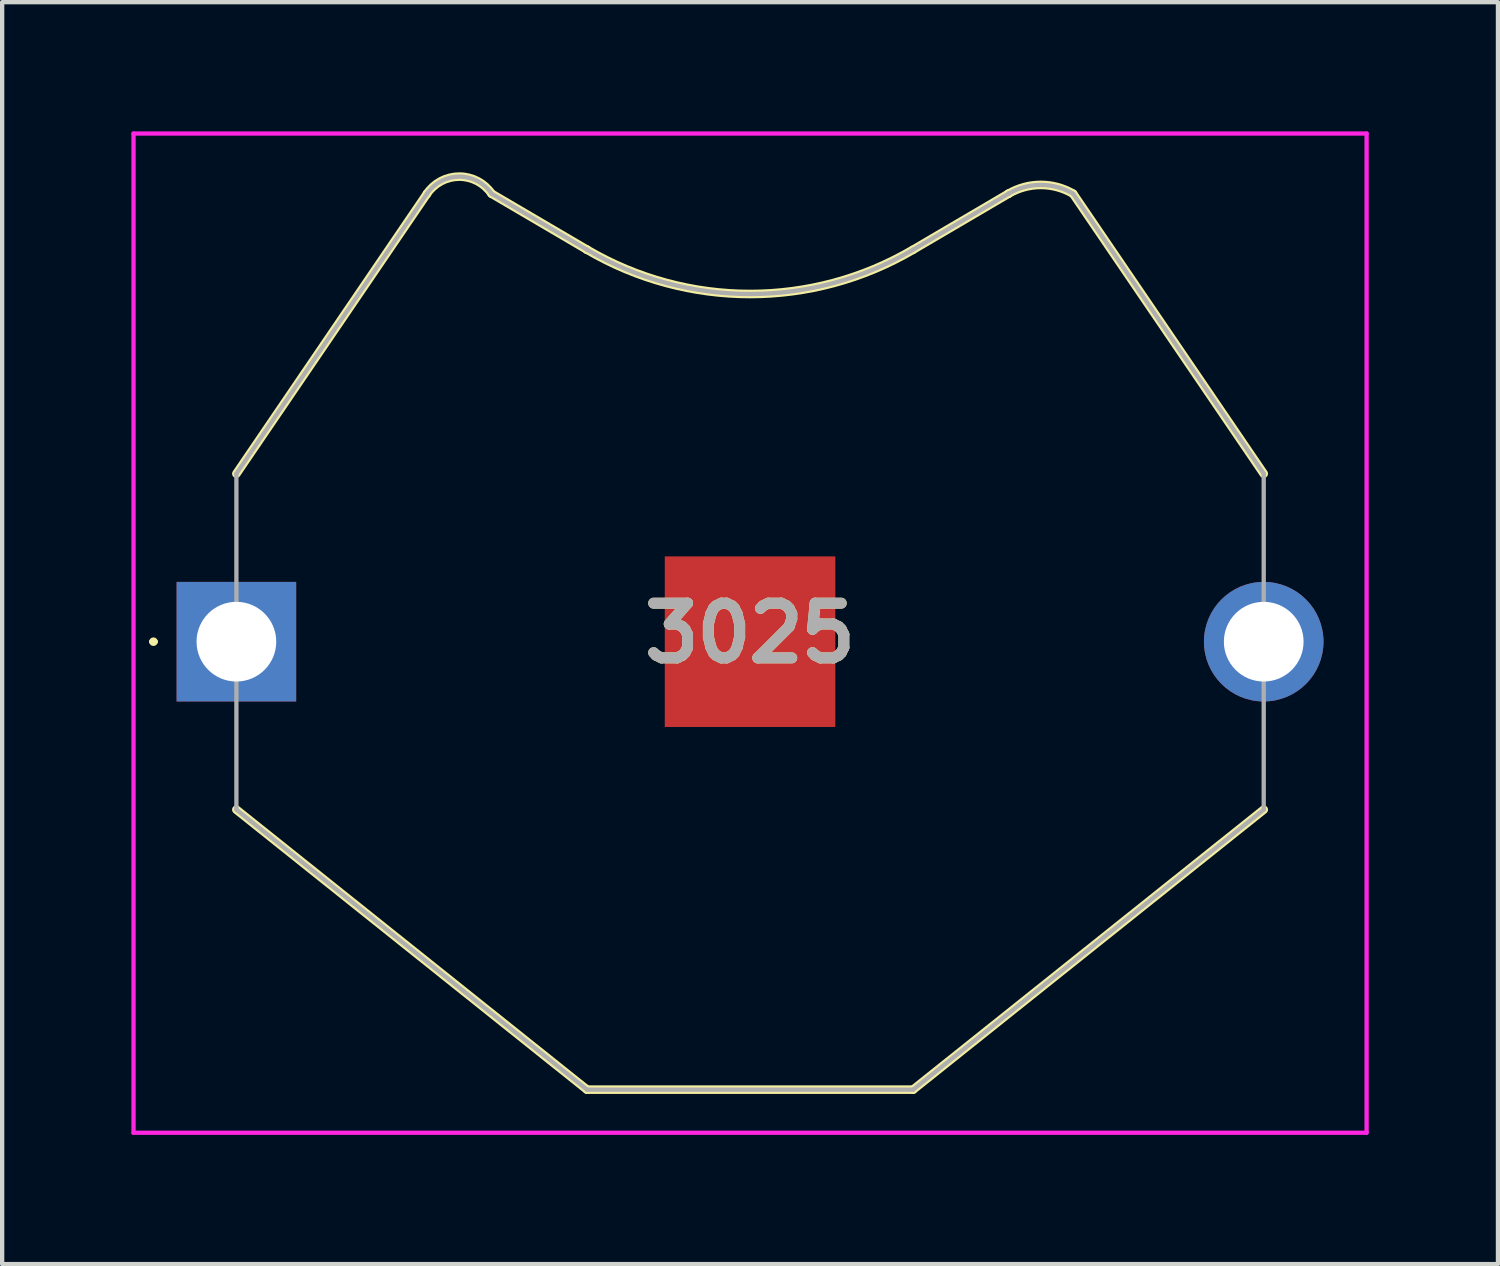
<source format=kicad_pcb>
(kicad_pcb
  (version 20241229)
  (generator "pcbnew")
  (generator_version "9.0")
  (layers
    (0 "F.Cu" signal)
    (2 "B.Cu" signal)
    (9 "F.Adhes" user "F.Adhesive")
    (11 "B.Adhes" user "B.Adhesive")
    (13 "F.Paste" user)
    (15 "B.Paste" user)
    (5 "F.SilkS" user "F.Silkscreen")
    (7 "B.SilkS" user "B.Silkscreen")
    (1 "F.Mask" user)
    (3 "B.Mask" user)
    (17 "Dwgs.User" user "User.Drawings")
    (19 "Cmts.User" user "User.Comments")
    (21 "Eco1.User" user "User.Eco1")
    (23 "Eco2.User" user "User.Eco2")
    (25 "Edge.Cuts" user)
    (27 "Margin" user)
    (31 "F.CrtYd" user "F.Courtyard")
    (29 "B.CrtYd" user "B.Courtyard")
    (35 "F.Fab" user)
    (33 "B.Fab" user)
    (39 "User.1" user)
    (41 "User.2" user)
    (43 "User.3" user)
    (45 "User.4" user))
  (footprint "3025"
    (layer "F.Cu")
    (at 14.363 11.847)
    (property "Reference" "3025" (at 0 -0.198 0) (layer "F.SilkS") (effects (font (size 1.27 1.27) (thickness 0.254))))
    (attr through_hole)
    (fp_line (start -13.9 0) (end -13.9 0) (stroke (width 0.1) (type solid)) (layer "F.SilkS"))
    (fp_line (start -13.8 0) (end -13.8 0) (stroke (width 0.1) (type solid)) (layer "F.SilkS"))
    (fp_line (start -11.925 -3.9) (end -7.5 -10.4) (stroke (width 0.2) (type solid)) (layer "F.SilkS"))
    (fp_line (start -11.925 3.9) (end -3.785 10.4) (stroke (width 0.2) (type solid)) (layer "F.SilkS"))
    (fp_line (start -7.5 -10.4) (end -7.5 -10.4) (stroke (width 0.2) (type solid)) (layer "F.SilkS"))
    (fp_line (start -6 -10.4) (end -3.785 -9.1) (stroke (width 0.2) (type solid)) (layer "F.SilkS"))
    (fp_line (start -3.785 -9.1) (end -3.785 -9.1) (stroke (width 0.2) (type solid)) (layer "F.SilkS"))
    (fp_line (start -3.785 10.4) (end 3.785 10.4) (stroke (width 0.2) (type solid)) (layer "F.SilkS"))
    (fp_line (start 3.785 -9.1) (end 6 -10.4) (stroke (width 0.2) (type solid)) (layer "F.SilkS"))
    (fp_line (start 3.785 10.4) (end 11.925 3.9) (stroke (width 0.2) (type solid)) (layer "F.SilkS"))
    (fp_line (start 6 -10.4) (end 6 -10.4) (stroke (width 0.2) (type solid)) (layer "F.SilkS"))
    (fp_line (start 7.5 -10.4) (end 11.925 -3.9) (stroke (width 0.2) (type solid)) (layer "F.SilkS"))
    (fp_arc (start -13.9 0) (mid -13.85 -0.05) (end -13.8 0) (stroke (width 0.1) (type solid)) (layer "F.SilkS"))
    (fp_arc (start -13.8 0) (mid -13.85 0.05) (end -13.9 0) (stroke (width 0.1) (type solid)) (layer "F.SilkS"))
    (fp_arc (start -7.5 -10.4) (mid -6.75013 -10.796754) (end -6.000146 -10.400214) (stroke (width 0.2) (type solid)) (layer "F.SilkS"))
    (fp_arc (start 3.782926 -9.098783) (mid -0.001202 -8.071311) (end -3.785 -9.1) (stroke (width 0.2) (type solid)) (layer "F.SilkS"))
    (fp_arc (start 6 -10.4) (mid 6.749826 -10.603818) (end 7.4997 -10.400176) (stroke (width 0.2) (type solid)) (layer "F.SilkS"))
    (fp_line (start -14.313 -11.797) (end 14.313 -11.797) (stroke (width 0.1) (type solid)) (layer "F.CrtYd"))
    (fp_line (start -14.313 11.4) (end -14.313 -11.797) (stroke (width 0.1) (type solid)) (layer "F.CrtYd"))
    (fp_line (start 14.313 -11.797) (end 14.313 11.4) (stroke (width 0.1) (type solid)) (layer "F.CrtYd"))
    (fp_line (start 14.313 11.4) (end -14.313 11.4) (stroke (width 0.1) (type solid)) (layer "F.CrtYd"))
    (fp_line (start -11.925 -3.9) (end -7.5 -10.4) (stroke (width 0.1) (type solid)) (layer "F.Fab"))
    (fp_line (start -11.925 3.9) (end -11.925 -3.9) (stroke (width 0.1) (type solid)) (layer "F.Fab"))
    (fp_line (start -7.5 -10.4) (end -7.5 -10.4) (stroke (width 0.1) (type solid)) (layer "F.Fab"))
    (fp_line (start -6 -10.4) (end -3.785 -9.1) (stroke (width 0.1) (type solid)) (layer "F.Fab"))
    (fp_line (start -3.785 -9.1) (end -3.785 -9.1) (stroke (width 0.1) (type solid)) (layer "F.Fab"))
    (fp_line (start -3.785 10.4) (end -11.925 3.9) (stroke (width 0.1) (type solid)) (layer "F.Fab"))
    (fp_line (start 3.785 -9.1) (end 6 -10.4) (stroke (width 0.1) (type solid)) (layer "F.Fab"))
    (fp_line (start 3.785 10.4) (end -3.785 10.4) (stroke (width 0.1) (type solid)) (layer "F.Fab"))
    (fp_line (start 6 -10.4) (end 6 -10.4) (stroke (width 0.1) (type solid)) (layer "F.Fab"))
    (fp_line (start 7.5 -10.4) (end 11.925 -3.9) (stroke (width 0.1) (type solid)) (layer "F.Fab"))
    (fp_line (start 11.925 -3.9) (end 11.925 3.9) (stroke (width 0.1) (type solid)) (layer "F.Fab"))
    (fp_line (start 11.925 3.9) (end 3.785 10.4) (stroke (width 0.1) (type solid)) (layer "F.Fab"))
    (fp_arc (start -7.5 -10.4) (mid -6.75013 -10.796754) (end -6.000146 -10.400214) (stroke (width 0.1) (type solid)) (layer "F.Fab"))
    (fp_arc (start 3.782926 -9.098783) (mid -0.001202 -8.071311) (end -3.785 -9.1) (stroke (width 0.1) (type solid)) (layer "F.Fab"))
    (fp_arc (start 6 -10.4) (mid 6.749826 -10.603818) (end 7.4997 -10.400176) (stroke (width 0.1) (type solid)) (layer "F.Fab"))
    (fp_text user "${REFERENCE}" (at 0 -0.198 0) (layer "F.Fab") (effects (font (size 1.27 1.27) (thickness 0.254))))
    (pad "1" thru_hole rect (at -11.925 0) (size 2.775 2.775) (drill 1.85) (layers "*.Cu" "*.Mask"))
    (pad "2" thru_hole circle (at 11.925 0) (size 2.775 2.775) (drill 1.85) (layers "*.Cu" "*.Mask"))
    (pad "3" smd rect (at 0 0 90) (size 3.96 3.96) (layers "F.Cu" "F.Mask" "F.Paste")))
  (gr_rect
    (start -3 -3)
    (end 31.726 26.297)
    (stroke (width 0.1) (type default))
    (fill no)
    (layer "Edge.Cuts")))
</source>
